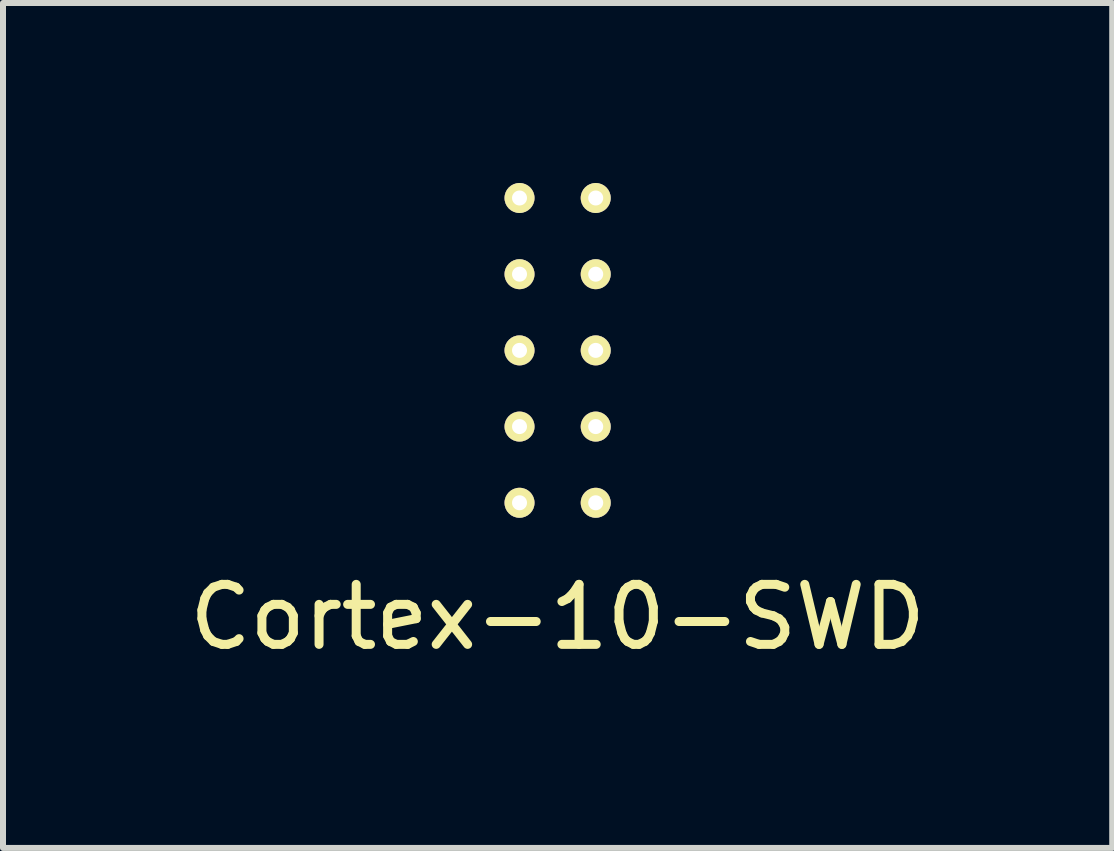
<source format=kicad_pcb>
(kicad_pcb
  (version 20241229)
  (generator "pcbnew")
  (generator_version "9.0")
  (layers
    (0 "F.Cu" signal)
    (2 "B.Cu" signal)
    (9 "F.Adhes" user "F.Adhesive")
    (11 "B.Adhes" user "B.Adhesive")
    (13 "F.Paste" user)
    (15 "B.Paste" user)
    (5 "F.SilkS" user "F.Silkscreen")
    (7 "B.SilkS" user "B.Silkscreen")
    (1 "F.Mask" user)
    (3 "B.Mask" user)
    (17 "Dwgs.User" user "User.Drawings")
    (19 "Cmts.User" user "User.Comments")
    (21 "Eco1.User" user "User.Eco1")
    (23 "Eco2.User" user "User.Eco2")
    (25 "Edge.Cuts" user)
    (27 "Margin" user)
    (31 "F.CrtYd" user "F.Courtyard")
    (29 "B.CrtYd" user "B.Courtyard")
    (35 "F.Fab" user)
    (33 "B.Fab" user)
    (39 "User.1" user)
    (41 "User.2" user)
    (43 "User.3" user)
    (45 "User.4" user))
  (footprint "Cortex-10-SWD"
    (layer "F.Cu")
    (at 6.244 2.79)
    (property "Reference" "Cortex-10-SWD" (at 0 4.445 0) (layer "F.SilkS") (effects (font (size 1 1) (thickness 0.15))))
    (attr through_hole)
    (pad "1" thru_hole circle (at -0.635 -2.54) (size 0.5 0.5) (drill 0.25) (layers "*.Cu" "*.Mask" "F.SilkS"))
    (pad "2" thru_hole circle (at 0.635 -2.54) (size 0.5 0.5) (drill 0.25) (layers "*.Cu" "*.Mask" "F.SilkS"))
    (pad "3" thru_hole circle (at -0.635 -1.27) (size 0.5 0.5) (drill 0.25) (layers "*.Cu" "*.Mask" "F.SilkS"))
    (pad "4" thru_hole circle (at 0.635 -1.27) (size 0.5 0.5) (drill 0.25) (layers "*.Cu" "*.Mask" "F.SilkS"))
    (pad "5" thru_hole circle (at -0.635 0) (size 0.5 0.5) (drill 0.25) (layers "*.Cu" "*.Mask" "F.SilkS"))
    (pad "6" thru_hole circle (at 0.635 0) (size 0.5 0.5) (drill 0.25) (layers "*.Cu" "*.Mask" "F.SilkS"))
    (pad "7" thru_hole circle (at -0.635 1.27) (size 0.5 0.5) (drill 0.25) (layers "*.Cu" "*.Mask" "F.SilkS"))
    (pad "8" thru_hole circle (at 0.635 1.27) (size 0.5 0.5) (drill 0.25) (layers "*.Cu" "*.Mask" "F.SilkS"))
    (pad "9" thru_hole circle (at -0.635 2.54) (size 0.5 0.5) (drill 0.25) (layers "*.Cu" "*.Mask" "F.SilkS"))
    (pad "10" thru_hole circle (at 0.635 2.54) (size 0.5 0.5) (drill 0.25) (layers "*.Cu" "*.Mask" "F.SilkS")))
  (gr_rect
    (start -3 -3)
    (end 15.488 11.083)
    (stroke (width 0.1) (type default))
    (fill no)
    (layer "Edge.Cuts")))
</source>
